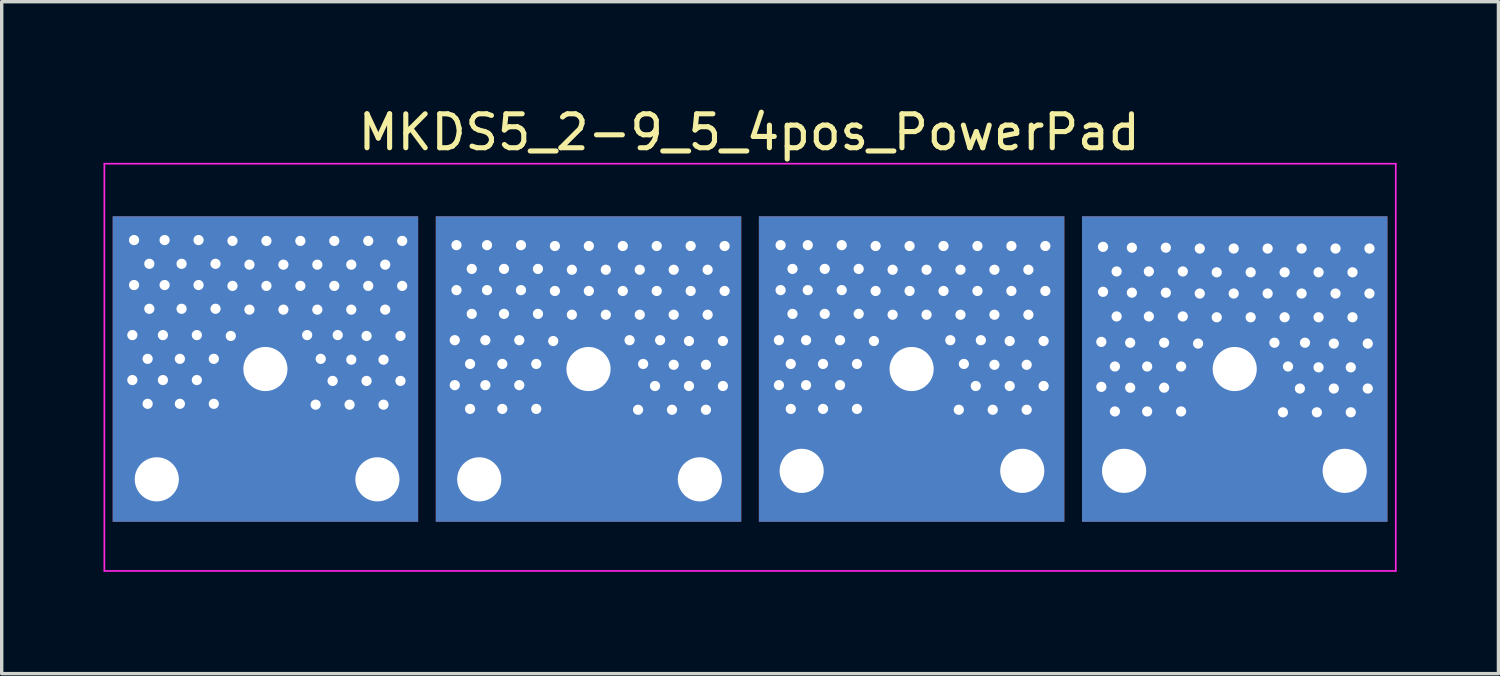
<source format=kicad_pcb>
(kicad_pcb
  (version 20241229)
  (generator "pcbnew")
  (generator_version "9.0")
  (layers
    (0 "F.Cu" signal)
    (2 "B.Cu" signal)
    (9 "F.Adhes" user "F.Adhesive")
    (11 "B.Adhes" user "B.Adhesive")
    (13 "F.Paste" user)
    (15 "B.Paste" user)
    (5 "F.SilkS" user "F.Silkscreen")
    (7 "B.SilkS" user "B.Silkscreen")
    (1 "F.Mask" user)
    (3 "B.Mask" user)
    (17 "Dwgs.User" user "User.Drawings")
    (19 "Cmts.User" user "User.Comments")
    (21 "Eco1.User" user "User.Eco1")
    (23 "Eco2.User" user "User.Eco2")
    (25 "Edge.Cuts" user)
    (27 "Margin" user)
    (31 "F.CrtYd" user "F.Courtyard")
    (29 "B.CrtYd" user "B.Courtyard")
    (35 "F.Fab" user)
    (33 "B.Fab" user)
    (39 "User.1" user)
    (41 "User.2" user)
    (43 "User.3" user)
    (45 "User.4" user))
  (footprint "MKDS5_2-9_5_4pos_PowerPad"
    (layer "F.Cu")
    (at 19.05 7.823)
    (property "Reference" "MKDS5_2-9_5_4pos_PowerPad" (at -0.025 -6.975 180) (layer "F.SilkS") (effects (font (size 1 1) (thickness 0.15))))
    (attr through_hole)
    (fp_line (start -19.025 -6.05) (end 19.025 -6.05) (stroke (width 0.05) (type solid)) (layer "F.CrtYd"))
    (fp_line (start -19.025 5.95) (end -19.025 -6.05) (stroke (width 0.05) (type solid)) (layer "F.CrtYd"))
    (fp_line (start 19.025 -6.05) (end 19.025 5.95) (stroke (width 0.05) (type solid)) (layer "F.CrtYd"))
    (fp_line (start 19.025 5.95) (end -19.025 5.95) (stroke (width 0.05) (type solid)) (layer "F.CrtYd"))
    (pad "1" thru_hole circle (at -18.2 -1) (size 0.6 0.6) (drill 0.3) (layers "*.Cu"))
    (pad "1" thru_hole circle (at -18.2 0.325) (size 0.6 0.6) (drill 0.3) (layers "*.Cu"))
    (pad "1" thru_hole circle (at -18.15 -3.8) (size 0.6 0.6) (drill 0.3) (layers "*.Cu"))
    (pad "1" thru_hole circle (at -18.15 -2.475) (size 0.6 0.6) (drill 0.3) (layers "*.Cu"))
    (pad "1" thru_hole circle (at -17.75 -0.3) (size 0.6 0.6) (drill 0.3) (layers "*.Cu"))
    (pad "1" thru_hole circle (at -17.75 1.025) (size 0.6 0.6) (drill 0.3) (layers "*.Cu"))
    (pad "1" thru_hole circle (at -17.7 -3.1) (size 0.6 0.6) (drill 0.3) (layers "*.Cu"))
    (pad "1" thru_hole circle (at -17.7 -1.775) (size 0.6 0.6) (drill 0.3) (layers "*.Cu"))
    (pad "1" thru_hole circle (at -17.48 3.25) (size 2.3 2.3) (drill 1.3) (layers "*.Cu"))
    (pad "1" thru_hole circle (at -17.3 -1) (size 0.6 0.6) (drill 0.3) (layers "*.Cu"))
    (pad "1" thru_hole circle (at -17.3 0.325) (size 0.6 0.6) (drill 0.3) (layers "*.Cu"))
    (pad "1" thru_hole circle (at -17.25 -3.8) (size 0.6 0.6) (drill 0.3) (layers "*.Cu"))
    (pad "1" thru_hole circle (at -17.25 -2.475) (size 0.6 0.6) (drill 0.3) (layers "*.Cu"))
    (pad "1" thru_hole circle (at -16.8 -0.3) (size 0.6 0.6) (drill 0.3) (layers "*.Cu"))
    (pad "1" thru_hole circle (at -16.8 1.025) (size 0.6 0.6) (drill 0.3) (layers "*.Cu"))
    (pad "1" thru_hole circle (at -16.75 -3.1) (size 0.6 0.6) (drill 0.3) (layers "*.Cu"))
    (pad "1" thru_hole circle (at -16.75 -1.775) (size 0.6 0.6) (drill 0.3) (layers "*.Cu"))
    (pad "1" thru_hole circle (at -16.3 -1) (size 0.6 0.6) (drill 0.3) (layers "*.Cu"))
    (pad "1" thru_hole circle (at -16.3 0.325) (size 0.6 0.6) (drill 0.3) (layers "*.Cu"))
    (pad "1" thru_hole circle (at -16.25 -3.8) (size 0.6 0.6) (drill 0.3) (layers "*.Cu"))
    (pad "1" thru_hole circle (at -16.25 -2.475) (size 0.6 0.6) (drill 0.3) (layers "*.Cu"))
    (pad "1" thru_hole circle (at -15.8 -0.3) (size 0.6 0.6) (drill 0.3) (layers "*.Cu"))
    (pad "1" thru_hole circle (at -15.8 1.025) (size 0.6 0.6) (drill 0.3) (layers "*.Cu"))
    (pad "1" thru_hole circle (at -15.75 -3.1) (size 0.6 0.6) (drill 0.3) (layers "*.Cu"))
    (pad "1" thru_hole circle (at -15.75 -1.775) (size 0.6 0.6) (drill 0.3) (layers "*.Cu"))
    (pad "1" thru_hole circle (at -15.3 -0.975) (size 0.6 0.6) (drill 0.3) (layers "*.Cu"))
    (pad "1" thru_hole circle (at -15.25 -3.775) (size 0.6 0.6) (drill 0.3) (layers "*.Cu"))
    (pad "1" thru_hole circle (at -15.25 -2.45) (size 0.6 0.6) (drill 0.3) (layers "*.Cu"))
    (pad "1" thru_hole circle (at -14.75 -3.075) (size 0.6 0.6) (drill 0.3) (layers "*.Cu"))
    (pad "1" thru_hole circle (at -14.75 -1.75) (size 0.6 0.6) (drill 0.3) (layers "*.Cu"))
    (pad "1" thru_hole circle (at -14.28 0) (size 2.3 2.3) (drill 1.3) (layers "*.Cu" "*.Mask"))
    (pad "1" smd rect (at -14.28 0) (size 9 9) (layers "F.Cu" "F.Mask"))
    (pad "1" smd rect (at -14.28 0) (size 9 9) (layers "B.Cu" "B.Mask"))
    (pad "1" thru_hole circle (at -14.25 -3.775) (size 0.6 0.6) (drill 0.3) (layers "*.Cu"))
    (pad "1" thru_hole circle (at -14.25 -2.45) (size 0.6 0.6) (drill 0.3) (layers "*.Cu"))
    (pad "1" thru_hole circle (at -13.75 -3.075) (size 0.6 0.6) (drill 0.3) (layers "*.Cu"))
    (pad "1" thru_hole circle (at -13.75 -1.75) (size 0.6 0.6) (drill 0.3) (layers "*.Cu"))
    (pad "1" thru_hole circle (at -13.25 -3.775) (size 0.6 0.6) (drill 0.3) (layers "*.Cu"))
    (pad "1" thru_hole circle (at -13.25 -2.45) (size 0.6 0.6) (drill 0.3) (layers "*.Cu"))
    (pad "1" thru_hole circle (at -13.05 -1) (size 0.6 0.6) (drill 0.3) (layers "*.Cu"))
    (pad "1" thru_hole circle (at -12.8 1.05) (size 0.6 0.6) (drill 0.3) (layers "*.Cu"))
    (pad "1" thru_hole circle (at -12.75 -3.075) (size 0.6 0.6) (drill 0.3) (layers "*.Cu"))
    (pad "1" thru_hole circle (at -12.75 -1.75) (size 0.6 0.6) (drill 0.3) (layers "*.Cu"))
    (pad "1" thru_hole circle (at -12.65 -0.3) (size 0.6 0.6) (drill 0.3) (layers "*.Cu"))
    (pad "1" thru_hole circle (at -12.3 0.35) (size 0.6 0.6) (drill 0.3) (layers "*.Cu"))
    (pad "1" thru_hole circle (at -12.25 -3.775) (size 0.6 0.6) (drill 0.3) (layers "*.Cu"))
    (pad "1" thru_hole circle (at -12.25 -2.45) (size 0.6 0.6) (drill 0.3) (layers "*.Cu"))
    (pad "1" thru_hole circle (at -12.15 -1) (size 0.6 0.6) (drill 0.3) (layers "*.Cu"))
    (pad "1" thru_hole circle (at -11.8 1.05) (size 0.6 0.6) (drill 0.3) (layers "*.Cu"))
    (pad "1" thru_hole circle (at -11.75 -3.075) (size 0.6 0.6) (drill 0.3) (layers "*.Cu"))
    (pad "1" thru_hole circle (at -11.75 -1.75) (size 0.6 0.6) (drill 0.3) (layers "*.Cu"))
    (pad "1" thru_hole circle (at -11.75 -0.275) (size 0.6 0.6) (drill 0.3) (layers "*.Cu"))
    (pad "1" thru_hole circle (at -11.3 -0.975) (size 0.6 0.6) (drill 0.3) (layers "*.Cu"))
    (pad "1" thru_hole circle (at -11.3 0.35) (size 0.6 0.6) (drill 0.3) (layers "*.Cu"))
    (pad "1" thru_hole circle (at -11.25 -3.775) (size 0.6 0.6) (drill 0.3) (layers "*.Cu"))
    (pad "1" thru_hole circle (at -11.25 -2.45) (size 0.6 0.6) (drill 0.3) (layers "*.Cu"))
    (pad "1" thru_hole circle (at -10.98 3.25) (size 2.3 2.3) (drill 1.3) (layers "*.Cu"))
    (pad "1" thru_hole circle (at -10.8 -0.275) (size 0.6 0.6) (drill 0.3) (layers "*.Cu"))
    (pad "1" thru_hole circle (at -10.8 1.05) (size 0.6 0.6) (drill 0.3) (layers "*.Cu"))
    (pad "1" thru_hole circle (at -10.75 -3.075) (size 0.6 0.6) (drill 0.3) (layers "*.Cu"))
    (pad "1" thru_hole circle (at -10.75 -1.75) (size 0.6 0.6) (drill 0.3) (layers "*.Cu"))
    (pad "1" thru_hole circle (at -10.3 -0.975) (size 0.6 0.6) (drill 0.3) (layers "*.Cu"))
    (pad "1" thru_hole circle (at -10.3 0.35) (size 0.6 0.6) (drill 0.3) (layers "*.Cu"))
    (pad "1" thru_hole circle (at -10.25 -3.775) (size 0.6 0.6) (drill 0.3) (layers "*.Cu"))
    (pad "1" thru_hole circle (at -10.25 -2.45) (size 0.6 0.6) (drill 0.3) (layers "*.Cu"))
    (pad "2" thru_hole circle (at -8.7 -0.85) (size 0.6 0.6) (drill 0.3) (layers "*.Cu"))
    (pad "2" thru_hole circle (at -8.7 0.475) (size 0.6 0.6) (drill 0.3) (layers "*.Cu"))
    (pad "2" thru_hole circle (at -8.65 -3.65) (size 0.6 0.6) (drill 0.3) (layers "*.Cu"))
    (pad "2" thru_hole circle (at -8.65 -2.325) (size 0.6 0.6) (drill 0.3) (layers "*.Cu"))
    (pad "2" thru_hole circle (at -8.25 -0.15) (size 0.6 0.6) (drill 0.3) (layers "*.Cu"))
    (pad "2" thru_hole circle (at -8.25 1.175) (size 0.6 0.6) (drill 0.3) (layers "*.Cu"))
    (pad "2" thru_hole circle (at -8.2 -2.95) (size 0.6 0.6) (drill 0.3) (layers "*.Cu"))
    (pad "2" thru_hole circle (at -8.2 -1.625) (size 0.6 0.6) (drill 0.3) (layers "*.Cu"))
    (pad "2" thru_hole circle (at -7.98 3.25) (size 2.3 2.3) (drill 1.3) (layers "*.Cu"))
    (pad "2" thru_hole circle (at -7.8 -0.85) (size 0.6 0.6) (drill 0.3) (layers "*.Cu"))
    (pad "2" thru_hole circle (at -7.8 0.475) (size 0.6 0.6) (drill 0.3) (layers "*.Cu"))
    (pad "2" thru_hole circle (at -7.75 -3.65) (size 0.6 0.6) (drill 0.3) (layers "*.Cu"))
    (pad "2" thru_hole circle (at -7.75 -2.325) (size 0.6 0.6) (drill 0.3) (layers "*.Cu"))
    (pad "2" thru_hole circle (at -7.3 -0.15) (size 0.6 0.6) (drill 0.3) (layers "*.Cu"))
    (pad "2" thru_hole circle (at -7.3 1.175) (size 0.6 0.6) (drill 0.3) (layers "*.Cu"))
    (pad "2" thru_hole circle (at -7.25 -2.95) (size 0.6 0.6) (drill 0.3) (layers "*.Cu"))
    (pad "2" thru_hole circle (at -7.25 -1.625) (size 0.6 0.6) (drill 0.3) (layers "*.Cu"))
    (pad "2" thru_hole circle (at -6.8 -0.85) (size 0.6 0.6) (drill 0.3) (layers "*.Cu"))
    (pad "2" thru_hole circle (at -6.8 0.475) (size 0.6 0.6) (drill 0.3) (layers "*.Cu"))
    (pad "2" thru_hole circle (at -6.75 -3.65) (size 0.6 0.6) (drill 0.3) (layers "*.Cu"))
    (pad "2" thru_hole circle (at -6.75 -2.325) (size 0.6 0.6) (drill 0.3) (layers "*.Cu"))
    (pad "2" thru_hole circle (at -6.3 -0.15) (size 0.6 0.6) (drill 0.3) (layers "*.Cu"))
    (pad "2" thru_hole circle (at -6.3 1.175) (size 0.6 0.6) (drill 0.3) (layers "*.Cu"))
    (pad "2" thru_hole circle (at -6.25 -2.95) (size 0.6 0.6) (drill 0.3) (layers "*.Cu"))
    (pad "2" thru_hole circle (at -6.25 -1.625) (size 0.6 0.6) (drill 0.3) (layers "*.Cu"))
    (pad "2" thru_hole circle (at -5.8 -0.825) (size 0.6 0.6) (drill 0.3) (layers "*.Cu"))
    (pad "2" thru_hole circle (at -5.75 -3.625) (size 0.6 0.6) (drill 0.3) (layers "*.Cu"))
    (pad "2" thru_hole circle (at -5.75 -2.3) (size 0.6 0.6) (drill 0.3) (layers "*.Cu"))
    (pad "2" thru_hole circle (at -5.25 -2.925) (size 0.6 0.6) (drill 0.3) (layers "*.Cu"))
    (pad "2" thru_hole circle (at -5.25 -1.6) (size 0.6 0.6) (drill 0.3) (layers "*.Cu"))
    (pad "2" thru_hole circle (at -4.76 0) (size 2.3 2.3) (drill 1.3) (layers "*.Cu"))
    (pad "2" smd rect (at -4.76 0) (size 9 9) (layers "F.Cu" "F.Mask"))
    (pad "2" smd rect (at -4.76 0) (size 9 9) (layers "B.Cu" "B.Mask"))
    (pad "2" thru_hole circle (at -4.75 -3.625) (size 0.6 0.6) (drill 0.3) (layers "*.Cu"))
    (pad "2" thru_hole circle (at -4.75 -2.3) (size 0.6 0.6) (drill 0.3) (layers "*.Cu"))
    (pad "2" thru_hole circle (at -4.25 -2.925) (size 0.6 0.6) (drill 0.3) (layers "*.Cu"))
    (pad "2" thru_hole circle (at -4.25 -1.6) (size 0.6 0.6) (drill 0.3) (layers "*.Cu"))
    (pad "2" thru_hole circle (at -3.75 -3.625) (size 0.6 0.6) (drill 0.3) (layers "*.Cu"))
    (pad "2" thru_hole circle (at -3.75 -2.3) (size 0.6 0.6) (drill 0.3) (layers "*.Cu"))
    (pad "2" thru_hole circle (at -3.55 -0.85) (size 0.6 0.6) (drill 0.3) (layers "*.Cu"))
    (pad "2" thru_hole circle (at -3.3 1.2) (size 0.6 0.6) (drill 0.3) (layers "*.Cu"))
    (pad "2" thru_hole circle (at -3.25 -2.925) (size 0.6 0.6) (drill 0.3) (layers "*.Cu"))
    (pad "2" thru_hole circle (at -3.25 -1.6) (size 0.6 0.6) (drill 0.3) (layers "*.Cu"))
    (pad "2" thru_hole circle (at -3.15 -0.15) (size 0.6 0.6) (drill 0.3) (layers "*.Cu"))
    (pad "2" thru_hole circle (at -2.8 0.5) (size 0.6 0.6) (drill 0.3) (layers "*.Cu"))
    (pad "2" thru_hole circle (at -2.75 -3.625) (size 0.6 0.6) (drill 0.3) (layers "*.Cu"))
    (pad "2" thru_hole circle (at -2.75 -2.3) (size 0.6 0.6) (drill 0.3) (layers "*.Cu"))
    (pad "2" thru_hole circle (at -2.65 -0.85) (size 0.6 0.6) (drill 0.3) (layers "*.Cu"))
    (pad "2" thru_hole circle (at -2.3 1.2) (size 0.6 0.6) (drill 0.3) (layers "*.Cu"))
    (pad "2" thru_hole circle (at -2.25 -2.925) (size 0.6 0.6) (drill 0.3) (layers "*.Cu"))
    (pad "2" thru_hole circle (at -2.25 -1.6) (size 0.6 0.6) (drill 0.3) (layers "*.Cu"))
    (pad "2" thru_hole circle (at -2.25 -0.125) (size 0.6 0.6) (drill 0.3) (layers "*.Cu"))
    (pad "2" thru_hole circle (at -1.8 -0.825) (size 0.6 0.6) (drill 0.3) (layers "*.Cu"))
    (pad "2" thru_hole circle (at -1.8 0.5) (size 0.6 0.6) (drill 0.3) (layers "*.Cu"))
    (pad "2" thru_hole circle (at -1.75 -3.625) (size 0.6 0.6) (drill 0.3) (layers "*.Cu"))
    (pad "2" thru_hole circle (at -1.75 -2.3) (size 0.6 0.6) (drill 0.3) (layers "*.Cu"))
    (pad "2" thru_hole circle (at -1.48 3.25) (size 2.3 2.3) (drill 1.3) (layers "*.Cu"))
    (pad "2" thru_hole circle (at -1.3 -0.125) (size 0.6 0.6) (drill 0.3) (layers "*.Cu"))
    (pad "2" thru_hole circle (at -1.3 1.2) (size 0.6 0.6) (drill 0.3) (layers "*.Cu"))
    (pad "2" thru_hole circle (at -1.25 -2.925) (size 0.6 0.6) (drill 0.3) (layers "*.Cu"))
    (pad "2" thru_hole circle (at -1.25 -1.6) (size 0.6 0.6) (drill 0.3) (layers "*.Cu"))
    (pad "2" thru_hole circle (at -0.8 -0.825) (size 0.6 0.6) (drill 0.3) (layers "*.Cu"))
    (pad "2" thru_hole circle (at -0.8 0.5) (size 0.6 0.6) (drill 0.3) (layers "*.Cu"))
    (pad "2" thru_hole circle (at -0.75 -3.625) (size 0.6 0.6) (drill 0.3) (layers "*.Cu"))
    (pad "2" thru_hole circle (at -0.75 -2.3) (size 0.6 0.6) (drill 0.3) (layers "*.Cu"))
    (pad "3" thru_hole circle (at 0.85 -0.85) (size 0.6 0.6) (drill 0.3) (layers "*.Cu"))
    (pad "3" thru_hole circle (at 0.85 0.475) (size 0.6 0.6) (drill 0.3) (layers "*.Cu"))
    (pad "3" thru_hole circle (at 0.9 -3.65) (size 0.6 0.6) (drill 0.3) (layers "*.Cu"))
    (pad "3" thru_hole circle (at 0.9 -2.325) (size 0.6 0.6) (drill 0.3) (layers "*.Cu"))
    (pad "3" thru_hole circle (at 1.2 -0.15) (size 0.6 0.6) (drill 0.3) (layers "*.Cu"))
    (pad "3" thru_hole circle (at 1.2 1.175) (size 0.6 0.6) (drill 0.3) (layers "*.Cu"))
    (pad "3" thru_hole circle (at 1.25 -2.95) (size 0.6 0.6) (drill 0.3) (layers "*.Cu"))
    (pad "3" thru_hole circle (at 1.25 -1.625) (size 0.6 0.6) (drill 0.3) (layers "*.Cu"))
    (pad "3" thru_hole circle (at 1.52 3) (size 2.3 2.3) (drill 1.3) (layers "*.Cu"))
    (pad "3" thru_hole circle (at 1.65 -0.85) (size 0.6 0.6) (drill 0.3) (layers "*.Cu"))
    (pad "3" thru_hole circle (at 1.65 0.475) (size 0.6 0.6) (drill 0.3) (layers "*.Cu"))
    (pad "3" thru_hole circle (at 1.7 -3.65) (size 0.6 0.6) (drill 0.3) (layers "*.Cu"))
    (pad "3" thru_hole circle (at 1.7 -2.325) (size 0.6 0.6) (drill 0.3) (layers "*.Cu"))
    (pad "3" thru_hole circle (at 2.15 -0.15) (size 0.6 0.6) (drill 0.3) (layers "*.Cu"))
    (pad "3" thru_hole circle (at 2.15 1.175) (size 0.6 0.6) (drill 0.3) (layers "*.Cu"))
    (pad "3" thru_hole circle (at 2.2 -2.95) (size 0.6 0.6) (drill 0.3) (layers "*.Cu"))
    (pad "3" thru_hole circle (at 2.2 -1.625) (size 0.6 0.6) (drill 0.3) (layers "*.Cu"))
    (pad "3" thru_hole circle (at 2.65 -0.85) (size 0.6 0.6) (drill 0.3) (layers "*.Cu"))
    (pad "3" thru_hole circle (at 2.65 0.475) (size 0.6 0.6) (drill 0.3) (layers "*.Cu"))
    (pad "3" thru_hole circle (at 2.7 -3.65) (size 0.6 0.6) (drill 0.3) (layers "*.Cu"))
    (pad "3" thru_hole circle (at 2.7 -2.325) (size 0.6 0.6) (drill 0.3) (layers "*.Cu"))
    (pad "3" thru_hole circle (at 3.15 -0.15) (size 0.6 0.6) (drill 0.3) (layers "*.Cu"))
    (pad "3" thru_hole circle (at 3.15 1.175) (size 0.6 0.6) (drill 0.3) (layers "*.Cu"))
    (pad "3" thru_hole circle (at 3.2 -2.95) (size 0.6 0.6) (drill 0.3) (layers "*.Cu"))
    (pad "3" thru_hole circle (at 3.2 -1.625) (size 0.6 0.6) (drill 0.3) (layers "*.Cu"))
    (pad "3" thru_hole circle (at 3.65 -0.825) (size 0.6 0.6) (drill 0.3) (layers "*.Cu"))
    (pad "3" thru_hole circle (at 3.7 -3.625) (size 0.6 0.6) (drill 0.3) (layers "*.Cu"))
    (pad "3" thru_hole circle (at 3.7 -2.3) (size 0.6 0.6) (drill 0.3) (layers "*.Cu"))
    (pad "3" thru_hole circle (at 4.2 -2.925) (size 0.6 0.6) (drill 0.3) (layers "*.Cu"))
    (pad "3" thru_hole circle (at 4.2 -1.6) (size 0.6 0.6) (drill 0.3) (layers "*.Cu"))
    (pad "3" thru_hole circle (at 4.7 -3.625) (size 0.6 0.6) (drill 0.3) (layers "*.Cu"))
    (pad "3" thru_hole circle (at 4.7 -2.3) (size 0.6 0.6) (drill 0.3) (layers "*.Cu"))
    (pad "3" thru_hole circle (at 4.76 0) (size 2.3 2.3) (drill 1.3) (layers "*.Cu" "*.Mask"))
    (pad "3" smd rect (at 4.76 0) (size 9 9) (layers "F.Cu" "F.Mask"))
    (pad "3" smd rect (at 4.76 0) (size 9 9) (layers "B.Cu" "B.Mask"))
    (pad "3" thru_hole circle (at 5.2 -2.925) (size 0.6 0.6) (drill 0.3) (layers "*.Cu"))
    (pad "3" thru_hole circle (at 5.2 -1.6) (size 0.6 0.6) (drill 0.3) (layers "*.Cu"))
    (pad "3" thru_hole circle (at 5.7 -3.625) (size 0.6 0.6) (drill 0.3) (layers "*.Cu"))
    (pad "3" thru_hole circle (at 5.7 -2.3) (size 0.6 0.6) (drill 0.3) (layers "*.Cu"))
    (pad "3" thru_hole circle (at 5.9 -0.85) (size 0.6 0.6) (drill 0.3) (layers "*.Cu"))
    (pad "3" thru_hole circle (at 6.15 1.2) (size 0.6 0.6) (drill 0.3) (layers "*.Cu"))
    (pad "3" thru_hole circle (at 6.2 -2.925) (size 0.6 0.6) (drill 0.3) (layers "*.Cu"))
    (pad "3" thru_hole circle (at 6.2 -1.6) (size 0.6 0.6) (drill 0.3) (layers "*.Cu"))
    (pad "3" thru_hole circle (at 6.3 -0.15) (size 0.6 0.6) (drill 0.3) (layers "*.Cu"))
    (pad "3" thru_hole circle (at 6.65 0.5) (size 0.6 0.6) (drill 0.3) (layers "*.Cu"))
    (pad "3" thru_hole circle (at 6.7 -3.625) (size 0.6 0.6) (drill 0.3) (layers "*.Cu"))
    (pad "3" thru_hole circle (at 6.7 -2.3) (size 0.6 0.6) (drill 0.3) (layers "*.Cu"))
    (pad "3" thru_hole circle (at 6.8 -0.85) (size 0.6 0.6) (drill 0.3) (layers "*.Cu"))
    (pad "3" thru_hole circle (at 7.15 1.2) (size 0.6 0.6) (drill 0.3) (layers "*.Cu"))
    (pad "3" thru_hole circle (at 7.2 -2.925) (size 0.6 0.6) (drill 0.3) (layers "*.Cu"))
    (pad "3" thru_hole circle (at 7.2 -1.6) (size 0.6 0.6) (drill 0.3) (layers "*.Cu"))
    (pad "3" thru_hole circle (at 7.2 -0.125) (size 0.6 0.6) (drill 0.3) (layers "*.Cu"))
    (pad "3" thru_hole circle (at 7.65 -0.825) (size 0.6 0.6) (drill 0.3) (layers "*.Cu"))
    (pad "3" thru_hole circle (at 7.65 0.5) (size 0.6 0.6) (drill 0.3) (layers "*.Cu"))
    (pad "3" thru_hole circle (at 7.7 -3.625) (size 0.6 0.6) (drill 0.3) (layers "*.Cu"))
    (pad "3" thru_hole circle (at 7.7 -2.3) (size 0.6 0.6) (drill 0.3) (layers "*.Cu"))
    (pad "3" thru_hole circle (at 8.02 3) (size 2.3 2.3) (drill 1.3) (layers "*.Cu"))
    (pad "3" thru_hole circle (at 8.15 -0.125) (size 0.6 0.6) (drill 0.3) (layers "*.Cu"))
    (pad "3" thru_hole circle (at 8.15 1.2) (size 0.6 0.6) (drill 0.3) (layers "*.Cu"))
    (pad "3" thru_hole circle (at 8.2 -2.925) (size 0.6 0.6) (drill 0.3) (layers "*.Cu"))
    (pad "3" thru_hole circle (at 8.2 -1.6) (size 0.6 0.6) (drill 0.3) (layers "*.Cu"))
    (pad "3" thru_hole circle (at 8.65 -0.825) (size 0.6 0.6) (drill 0.3) (layers "*.Cu"))
    (pad "3" thru_hole circle (at 8.65 0.5) (size 0.6 0.6) (drill 0.3) (layers "*.Cu"))
    (pad "3" thru_hole circle (at 8.7 -3.625) (size 0.6 0.6) (drill 0.3) (layers "*.Cu"))
    (pad "3" thru_hole circle (at 8.7 -2.3) (size 0.6 0.6) (drill 0.3) (layers "*.Cu"))
    (pad "4" thru_hole circle (at 10.35 -0.8) (size 0.6 0.6) (drill 0.3) (layers "*.Cu"))
    (pad "4" thru_hole circle (at 10.35 0.525) (size 0.6 0.6) (drill 0.3) (layers "*.Cu"))
    (pad "4" thru_hole circle (at 10.4 -3.6) (size 0.6 0.6) (drill 0.3) (layers "*.Cu"))
    (pad "4" thru_hole circle (at 10.4 -2.275) (size 0.6 0.6) (drill 0.3) (layers "*.Cu"))
    (pad "4" thru_hole circle (at 10.75 -0.075) (size 0.6 0.6) (drill 0.3) (layers "*.Cu"))
    (pad "4" thru_hole circle (at 10.75 1.25) (size 0.6 0.6) (drill 0.3) (layers "*.Cu"))
    (pad "4" thru_hole circle (at 10.8 -2.875) (size 0.6 0.6) (drill 0.3) (layers "*.Cu"))
    (pad "4" thru_hole circle (at 10.8 -1.55) (size 0.6 0.6) (drill 0.3) (layers "*.Cu"))
    (pad "4" thru_hole circle (at 11.02 3) (size 2.3 2.3) (drill 1.3) (layers "*.Cu"))
    (pad "4" thru_hole circle (at 11.2 -0.775) (size 0.6 0.6) (drill 0.3) (layers "*.Cu"))
    (pad "4" thru_hole circle (at 11.2 0.55) (size 0.6 0.6) (drill 0.3) (layers "*.Cu"))
    (pad "4" thru_hole circle (at 11.25 -3.575) (size 0.6 0.6) (drill 0.3) (layers "*.Cu"))
    (pad "4" thru_hole circle (at 11.25 -2.25) (size 0.6 0.6) (drill 0.3) (layers "*.Cu"))
    (pad "4" thru_hole circle (at 11.7 -0.075) (size 0.6 0.6) (drill 0.3) (layers "*.Cu"))
    (pad "4" thru_hole circle (at 11.7 1.25) (size 0.6 0.6) (drill 0.3) (layers "*.Cu"))
    (pad "4" thru_hole circle (at 11.75 -2.875) (size 0.6 0.6) (drill 0.3) (layers "*.Cu"))
    (pad "4" thru_hole circle (at 11.75 -1.55) (size 0.6 0.6) (drill 0.3) (layers "*.Cu"))
    (pad "4" thru_hole circle (at 12.2 -0.775) (size 0.6 0.6) (drill 0.3) (layers "*.Cu"))
    (pad "4" thru_hole circle (at 12.2 0.55) (size 0.6 0.6) (drill 0.3) (layers "*.Cu"))
    (pad "4" thru_hole circle (at 12.25 -3.575) (size 0.6 0.6) (drill 0.3) (layers "*.Cu"))
    (pad "4" thru_hole circle (at 12.25 -2.25) (size 0.6 0.6) (drill 0.3) (layers "*.Cu"))
    (pad "4" thru_hole circle (at 12.7 -0.075) (size 0.6 0.6) (drill 0.3) (layers "*.Cu"))
    (pad "4" thru_hole circle (at 12.7 1.25) (size 0.6 0.6) (drill 0.3) (layers "*.Cu"))
    (pad "4" thru_hole circle (at 12.75 -2.875) (size 0.6 0.6) (drill 0.3) (layers "*.Cu"))
    (pad "4" thru_hole circle (at 12.75 -1.55) (size 0.6 0.6) (drill 0.3) (layers "*.Cu"))
    (pad "4" thru_hole circle (at 13.2 -0.75) (size 0.6 0.6) (drill 0.3) (layers "*.Cu"))
    (pad "4" thru_hole circle (at 13.25 -3.55) (size 0.6 0.6) (drill 0.3) (layers "*.Cu"))
    (pad "4" thru_hole circle (at 13.25 -2.225) (size 0.6 0.6) (drill 0.3) (layers "*.Cu"))
    (pad "4" thru_hole circle (at 13.75 -2.85) (size 0.6 0.6) (drill 0.3) (layers "*.Cu"))
    (pad "4" thru_hole circle (at 13.75 -1.525) (size 0.6 0.6) (drill 0.3) (layers "*.Cu"))
    (pad "4" thru_hole circle (at 14.25 -3.55) (size 0.6 0.6) (drill 0.3) (layers "*.Cu"))
    (pad "4" thru_hole circle (at 14.25 -2.225) (size 0.6 0.6) (drill 0.3) (layers "*.Cu"))
    (pad "4" thru_hole circle (at 14.28 0) (size 2.3 2.3) (drill 1.3) (layers "*.Cu" "*.Mask"))
    (pad "4" smd rect (at 14.28 0) (size 9 9) (layers "F.Cu" "F.Mask"))
    (pad "4" smd rect (at 14.28 0) (size 9 9) (layers "B.Cu" "B.Mask"))
    (pad "4" thru_hole circle (at 14.75 -2.85) (size 0.6 0.6) (drill 0.3) (layers "*.Cu"))
    (pad "4" thru_hole circle (at 14.75 -1.525) (size 0.6 0.6) (drill 0.3) (layers "*.Cu"))
    (pad "4" thru_hole circle (at 15.25 -3.55) (size 0.6 0.6) (drill 0.3) (layers "*.Cu"))
    (pad "4" thru_hole circle (at 15.25 -2.225) (size 0.6 0.6) (drill 0.3) (layers "*.Cu"))
    (pad "4" thru_hole circle (at 15.45 -0.775) (size 0.6 0.6) (drill 0.3) (layers "*.Cu"))
    (pad "4" thru_hole circle (at 15.7 1.275) (size 0.6 0.6) (drill 0.3) (layers "*.Cu"))
    (pad "4" thru_hole circle (at 15.75 -2.85) (size 0.6 0.6) (drill 0.3) (layers "*.Cu"))
    (pad "4" thru_hole circle (at 15.75 -1.525) (size 0.6 0.6) (drill 0.3) (layers "*.Cu"))
    (pad "4" thru_hole circle (at 15.85 -0.075) (size 0.6 0.6) (drill 0.3) (layers "*.Cu"))
    (pad "4" thru_hole circle (at 16.2 0.575) (size 0.6 0.6) (drill 0.3) (layers "*.Cu"))
    (pad "4" thru_hole circle (at 16.25 -3.55) (size 0.6 0.6) (drill 0.3) (layers "*.Cu"))
    (pad "4" thru_hole circle (at 16.25 -2.225) (size 0.6 0.6) (drill 0.3) (layers "*.Cu"))
    (pad "4" thru_hole circle (at 16.35 -0.775) (size 0.6 0.6) (drill 0.3) (layers "*.Cu"))
    (pad "4" thru_hole circle (at 16.7 1.275) (size 0.6 0.6) (drill 0.3) (layers "*.Cu"))
    (pad "4" thru_hole circle (at 16.75 -2.85) (size 0.6 0.6) (drill 0.3) (layers "*.Cu"))
    (pad "4" thru_hole circle (at 16.75 -1.525) (size 0.6 0.6) (drill 0.3) (layers "*.Cu"))
    (pad "4" thru_hole circle (at 16.75 -0.05) (size 0.6 0.6) (drill 0.3) (layers "*.Cu"))
    (pad "4" thru_hole circle (at 17.2 -0.75) (size 0.6 0.6) (drill 0.3) (layers "*.Cu"))
    (pad "4" thru_hole circle (at 17.2 0.575) (size 0.6 0.6) (drill 0.3) (layers "*.Cu"))
    (pad "4" thru_hole circle (at 17.25 -3.55) (size 0.6 0.6) (drill 0.3) (layers "*.Cu"))
    (pad "4" thru_hole circle (at 17.25 -2.225) (size 0.6 0.6) (drill 0.3) (layers "*.Cu"))
    (pad "4" thru_hole circle (at 17.52 3) (size 2.3 2.3) (drill 1.3) (layers "*.Cu"))
    (pad "4" thru_hole circle (at 17.7 -0.05) (size 0.6 0.6) (drill 0.3) (layers "*.Cu"))
    (pad "4" thru_hole circle (at 17.7 1.275) (size 0.6 0.6) (drill 0.3) (layers "*.Cu"))
    (pad "4" thru_hole circle (at 17.75 -2.85) (size 0.6 0.6) (drill 0.3) (layers "*.Cu"))
    (pad "4" thru_hole circle (at 17.75 -1.525) (size 0.6 0.6) (drill 0.3) (layers "*.Cu"))
    (pad "4" thru_hole circle (at 18.2 -0.75) (size 0.6 0.6) (drill 0.3) (layers "*.Cu"))
    (pad "4" thru_hole circle (at 18.2 0.575) (size 0.6 0.6) (drill 0.3) (layers "*.Cu"))
    (pad "4" thru_hole circle (at 18.25 -3.55) (size 0.6 0.6) (drill 0.3) (layers "*.Cu"))
    (pad "4" thru_hole circle (at 18.25 -2.225) (size 0.6 0.6) (drill 0.3) (layers "*.Cu")))
  (gr_rect
    (start -3 -3)
    (end 41.1 16.798)
    (stroke (width 0.1) (type default))
    (fill no)
    (layer "Edge.Cuts")))
</source>
